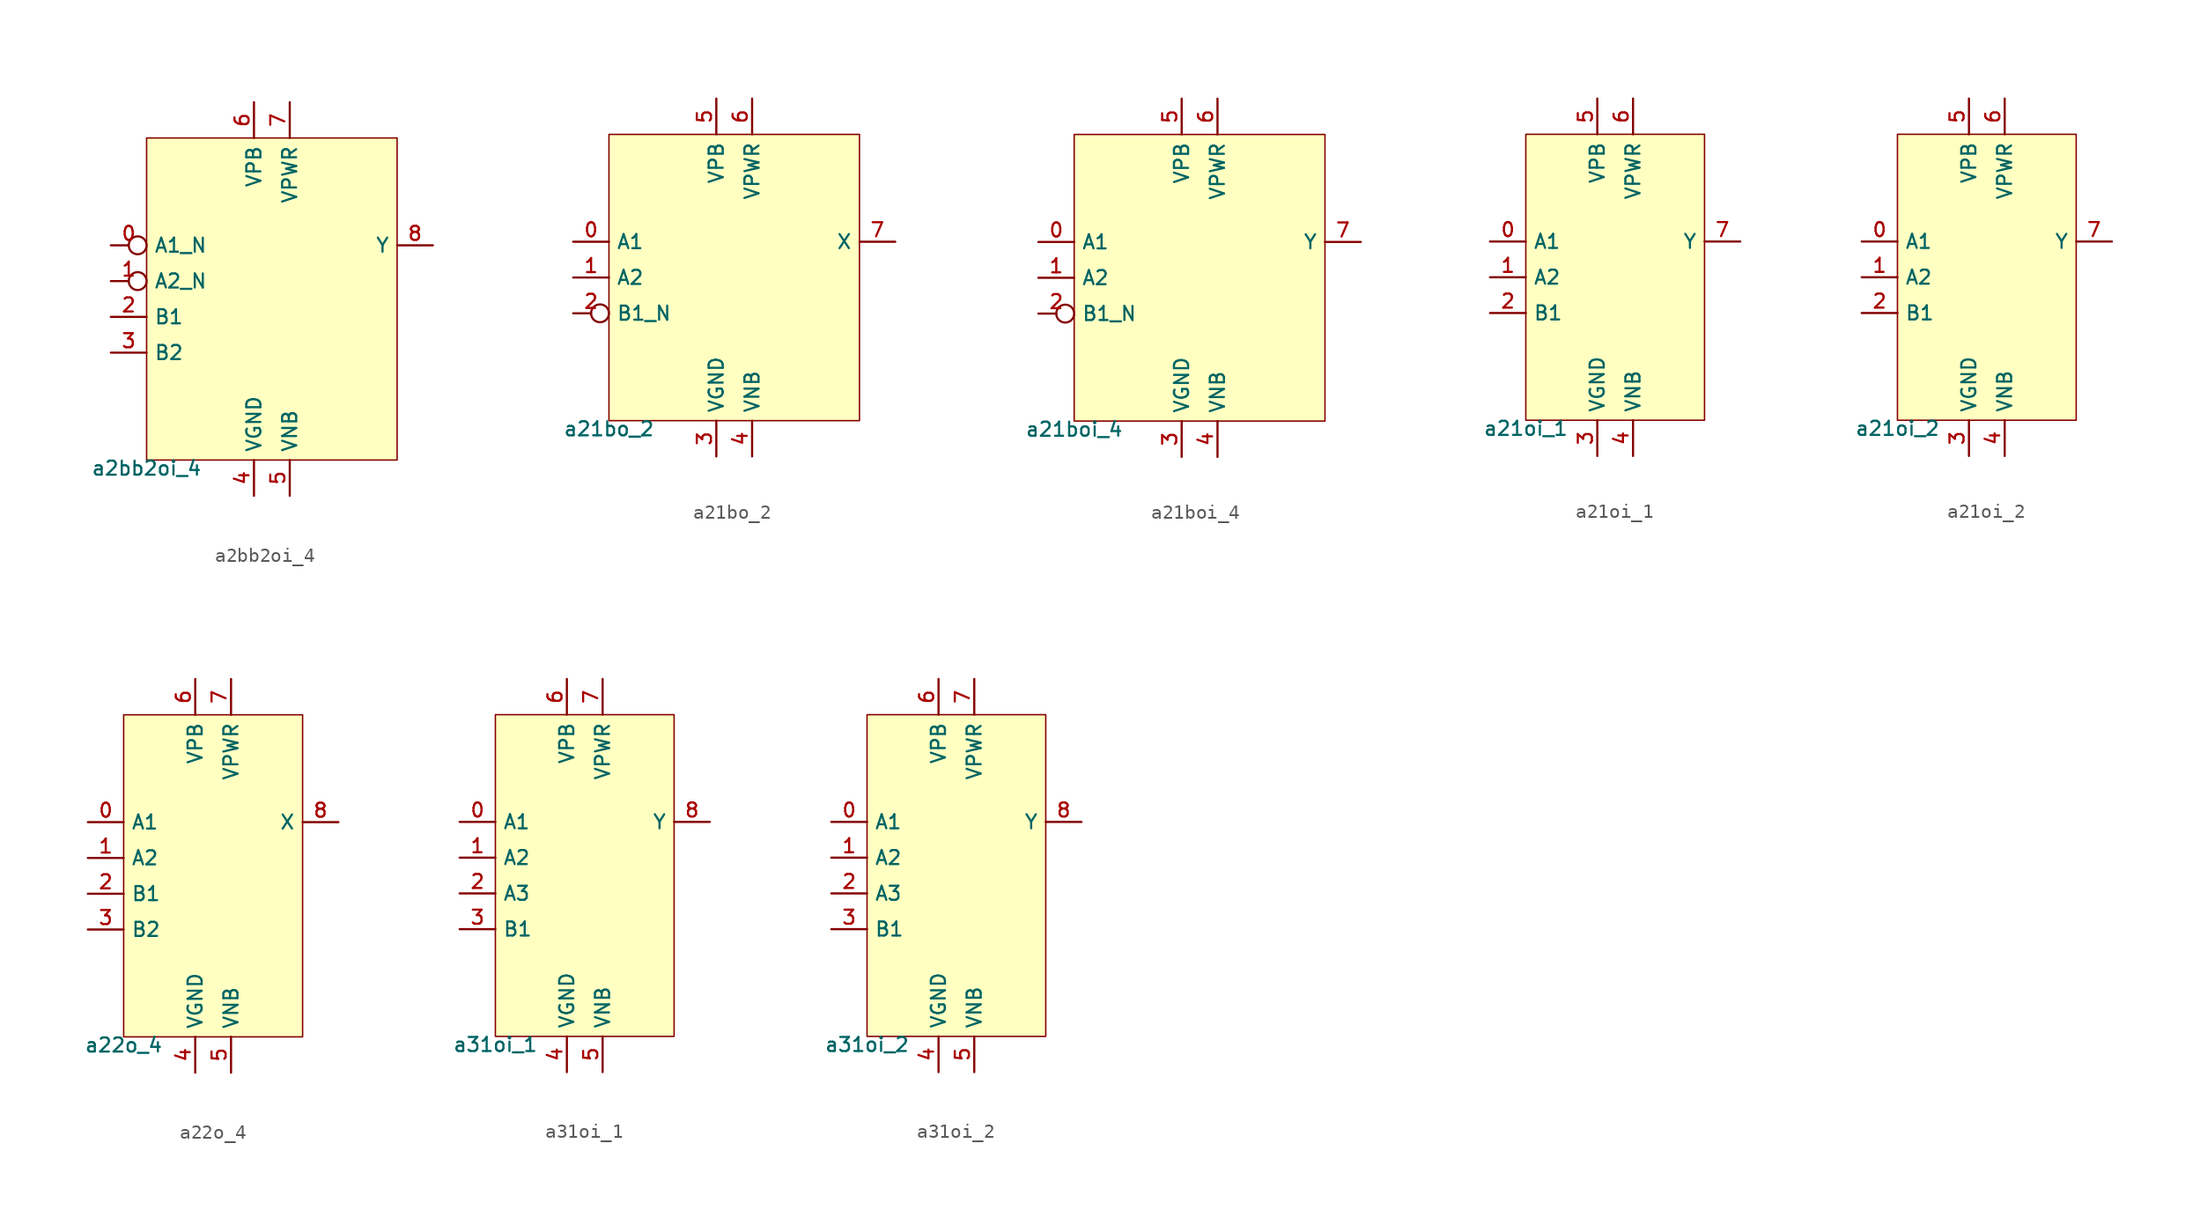
<source format=kicad_sym>
(kicad_symbol_lib
  (version 20211014)
  (generator lef2kicad_sym)
  (symbol "a2bb2oi_4"
    (property "Reference" "CELL"
      (at 0 0 0)
      (effects (font (size 1 1)) hide))
    (property "Value" "a2bb2oi_4"
      (at -8.89 -11.43 0)
      (effects (font (size 1 1)) (justify top)))
    (rectangle
      (start -8.89 -11.43)
      (end 8.89 11.43)
      (stroke (width 0.1) (type solid) (color 0 0 0 0))
      (fill (type background)))
    (pin input inverted
      (at -11.43 3.81 0)
      (length 2.54)
      (name "A1_N" (effects (font (size 1 1)) hide))
      (number "0" (effects (font (size 1 1)) hide)))
    (pin input inverted
      (at -11.43 1.27 0)
      (length 2.54)
      (name "A2_N" (effects (font (size 1 1)) hide))
      (number "1" (effects (font (size 1 1)) hide)))
    (pin input line
      (at -11.43 -1.27 0)
      (length 2.54)
      (name "B1" (effects (font (size 1 1)) hide))
      (number "2" (effects (font (size 1 1)) hide)))
    (pin input line
      (at -11.43 -3.81 0)
      (length 2.54)
      (name "B2" (effects (font (size 1 1)) hide))
      (number "3" (effects (font (size 1 1)) hide)))
    (pin power_in line
      (at -1.27 -13.97 90)
      (length 2.54)
      (name "VGND" (effects (font (size 1 1)) hide))
      (number "4" (effects (font (size 1 1)) hide)))
    (pin power_in line
      (at 1.27 -13.97 90)
      (length 2.54)
      (name "VNB" (effects (font (size 1 1)) hide))
      (number "5" (effects (font (size 1 1)) hide)))
    (pin power_in line
      (at -1.27 13.97 270)
      (length 2.54)
      (name "VPB" (effects (font (size 1 1)) hide))
      (number "6" (effects (font (size 1 1)) hide)))
    (pin power_in line
      (at 1.27 13.97 270)
      (length 2.54)
      (name "VPWR" (effects (font (size 1 1)) hide))
      (number "7" (effects (font (size 1 1)) hide)))
    (pin output line
      (at 11.43 3.81 180)
      (length 2.54)
      (name "Y" (effects (font (size 1 1)) hide))
      (number "8" (effects (font (size 1 1)) hide))))
  (symbol "a21bo_2"
    (property "Reference" "CELL"
      (at 0 0 0)
      (effects (font (size 1 1)) hide))
    (property "Value" "a21bo_2"
      (at -8.89 -10.16 0)
      (effects (font (size 1 1)) (justify top)))
    (rectangle
      (start -8.89 -10.16)
      (end 8.89 10.16)
      (stroke (width 0.1) (type solid) (color 0 0 0 0))
      (fill (type background)))
    (pin input line
      (at -11.43 2.54 0)
      (length 2.54)
      (name "A1" (effects (font (size 1 1)) hide))
      (number "0" (effects (font (size 1 1)) hide)))
    (pin input line
      (at -11.43 0.0 0)
      (length 2.54)
      (name "A2" (effects (font (size 1 1)) hide))
      (number "1" (effects (font (size 1 1)) hide)))
    (pin input inverted
      (at -11.43 -2.54 0)
      (length 2.54)
      (name "B1_N" (effects (font (size 1 1)) hide))
      (number "2" (effects (font (size 1 1)) hide)))
    (pin power_in line
      (at -1.27 -12.7 90)
      (length 2.54)
      (name "VGND" (effects (font (size 1 1)) hide))
      (number "3" (effects (font (size 1 1)) hide)))
    (pin power_in line
      (at 1.27 -12.7 90)
      (length 2.54)
      (name "VNB" (effects (font (size 1 1)) hide))
      (number "4" (effects (font (size 1 1)) hide)))
    (pin power_in line
      (at -1.27 12.7 270)
      (length 2.54)
      (name "VPB" (effects (font (size 1 1)) hide))
      (number "5" (effects (font (size 1 1)) hide)))
    (pin power_in line
      (at 1.27 12.7 270)
      (length 2.54)
      (name "VPWR" (effects (font (size 1 1)) hide))
      (number "6" (effects (font (size 1 1)) hide)))
    (pin output line
      (at 11.43 2.54 180)
      (length 2.54)
      (name "X" (effects (font (size 1 1)) hide))
      (number "7" (effects (font (size 1 1)) hide))))
  (symbol "a21boi_4"
    (property "Reference" "CELL"
      (at 0 0 0)
      (effects (font (size 1 1)) hide))
    (property "Value" "a21boi_4"
      (at -8.89 -10.16 0)
      (effects (font (size 1 1)) (justify top)))
    (rectangle
      (start -8.89 -10.16)
      (end 8.89 10.16)
      (stroke (width 0.1) (type solid) (color 0 0 0 0))
      (fill (type background)))
    (pin input line
      (at -11.43 2.54 0)
      (length 2.54)
      (name "A1" (effects (font (size 1 1)) hide))
      (number "0" (effects (font (size 1 1)) hide)))
    (pin input line
      (at -11.43 0.0 0)
      (length 2.54)
      (name "A2" (effects (font (size 1 1)) hide))
      (number "1" (effects (font (size 1 1)) hide)))
    (pin input inverted
      (at -11.43 -2.54 0)
      (length 2.54)
      (name "B1_N" (effects (font (size 1 1)) hide))
      (number "2" (effects (font (size 1 1)) hide)))
    (pin power_in line
      (at -1.27 -12.7 90)
      (length 2.54)
      (name "VGND" (effects (font (size 1 1)) hide))
      (number "3" (effects (font (size 1 1)) hide)))
    (pin power_in line
      (at 1.27 -12.7 90)
      (length 2.54)
      (name "VNB" (effects (font (size 1 1)) hide))
      (number "4" (effects (font (size 1 1)) hide)))
    (pin power_in line
      (at -1.27 12.7 270)
      (length 2.54)
      (name "VPB" (effects (font (size 1 1)) hide))
      (number "5" (effects (font (size 1 1)) hide)))
    (pin power_in line
      (at 1.27 12.7 270)
      (length 2.54)
      (name "VPWR" (effects (font (size 1 1)) hide))
      (number "6" (effects (font (size 1 1)) hide)))
    (pin output line
      (at 11.43 2.54 180)
      (length 2.54)
      (name "Y" (effects (font (size 1 1)) hide))
      (number "7" (effects (font (size 1 1)) hide))))
  (symbol "a21oi_1"
    (property "Reference" "CELL"
      (at 0 0 0)
      (effects (font (size 1 1)) hide))
    (property "Value" "a21oi_1"
      (at -6.35 -10.16 0)
      (effects (font (size 1 1)) (justify top)))
    (rectangle
      (start -6.35 -10.16)
      (end 6.35 10.16)
      (stroke (width 0.1) (type solid) (color 0 0 0 0))
      (fill (type background)))
    (pin input line
      (at -8.89 2.54 0)
      (length 2.54)
      (name "A1" (effects (font (size 1 1)) hide))
      (number "0" (effects (font (size 1 1)) hide)))
    (pin input line
      (at -8.89 0.0 0)
      (length 2.54)
      (name "A2" (effects (font (size 1 1)) hide))
      (number "1" (effects (font (size 1 1)) hide)))
    (pin input line
      (at -8.89 -2.54 0)
      (length 2.54)
      (name "B1" (effects (font (size 1 1)) hide))
      (number "2" (effects (font (size 1 1)) hide)))
    (pin power_in line
      (at -1.27 -12.7 90)
      (length 2.54)
      (name "VGND" (effects (font (size 1 1)) hide))
      (number "3" (effects (font (size 1 1)) hide)))
    (pin power_in line
      (at 1.27 -12.7 90)
      (length 2.54)
      (name "VNB" (effects (font (size 1 1)) hide))
      (number "4" (effects (font (size 1 1)) hide)))
    (pin power_in line
      (at -1.27 12.7 270)
      (length 2.54)
      (name "VPB" (effects (font (size 1 1)) hide))
      (number "5" (effects (font (size 1 1)) hide)))
    (pin power_in line
      (at 1.27 12.7 270)
      (length 2.54)
      (name "VPWR" (effects (font (size 1 1)) hide))
      (number "6" (effects (font (size 1 1)) hide)))
    (pin output line
      (at 8.89 2.54 180)
      (length 2.54)
      (name "Y" (effects (font (size 1 1)) hide))
      (number "7" (effects (font (size 1 1)) hide))))
  (symbol "a21oi_2"
    (property "Reference" "CELL"
      (at 0 0 0)
      (effects (font (size 1 1)) hide))
    (property "Value" "a21oi_2"
      (at -6.35 -10.16 0)
      (effects (font (size 1 1)) (justify top)))
    (rectangle
      (start -6.35 -10.16)
      (end 6.35 10.16)
      (stroke (width 0.1) (type solid) (color 0 0 0 0))
      (fill (type background)))
    (pin input line
      (at -8.89 2.54 0)
      (length 2.54)
      (name "A1" (effects (font (size 1 1)) hide))
      (number "0" (effects (font (size 1 1)) hide)))
    (pin input line
      (at -8.89 0.0 0)
      (length 2.54)
      (name "A2" (effects (font (size 1 1)) hide))
      (number "1" (effects (font (size 1 1)) hide)))
    (pin input line
      (at -8.89 -2.54 0)
      (length 2.54)
      (name "B1" (effects (font (size 1 1)) hide))
      (number "2" (effects (font (size 1 1)) hide)))
    (pin power_in line
      (at -1.27 -12.7 90)
      (length 2.54)
      (name "VGND" (effects (font (size 1 1)) hide))
      (number "3" (effects (font (size 1 1)) hide)))
    (pin power_in line
      (at 1.27 -12.7 90)
      (length 2.54)
      (name "VNB" (effects (font (size 1 1)) hide))
      (number "4" (effects (font (size 1 1)) hide)))
    (pin power_in line
      (at -1.27 12.7 270)
      (length 2.54)
      (name "VPB" (effects (font (size 1 1)) hide))
      (number "5" (effects (font (size 1 1)) hide)))
    (pin power_in line
      (at 1.27 12.7 270)
      (length 2.54)
      (name "VPWR" (effects (font (size 1 1)) hide))
      (number "6" (effects (font (size 1 1)) hide)))
    (pin output line
      (at 8.89 2.54 180)
      (length 2.54)
      (name "Y" (effects (font (size 1 1)) hide))
      (number "7" (effects (font (size 1 1)) hide))))
  (symbol "a22o_4"
    (property "Reference" "CELL"
      (at 0 0 0)
      (effects (font (size 1 1)) hide))
    (property "Value" "a22o_4"
      (at -6.35 -11.43 0)
      (effects (font (size 1 1)) (justify top)))
    (rectangle
      (start -6.35 -11.43)
      (end 6.35 11.43)
      (stroke (width 0.1) (type solid) (color 0 0 0 0))
      (fill (type background)))
    (pin input line
      (at -8.89 3.81 0)
      (length 2.54)
      (name "A1" (effects (font (size 1 1)) hide))
      (number "0" (effects (font (size 1 1)) hide)))
    (pin input line
      (at -8.89 1.27 0)
      (length 2.54)
      (name "A2" (effects (font (size 1 1)) hide))
      (number "1" (effects (font (size 1 1)) hide)))
    (pin input line
      (at -8.89 -1.27 0)
      (length 2.54)
      (name "B1" (effects (font (size 1 1)) hide))
      (number "2" (effects (font (size 1 1)) hide)))
    (pin input line
      (at -8.89 -3.81 0)
      (length 2.54)
      (name "B2" (effects (font (size 1 1)) hide))
      (number "3" (effects (font (size 1 1)) hide)))
    (pin power_in line
      (at -1.27 -13.97 90)
      (length 2.54)
      (name "VGND" (effects (font (size 1 1)) hide))
      (number "4" (effects (font (size 1 1)) hide)))
    (pin power_in line
      (at 1.27 -13.97 90)
      (length 2.54)
      (name "VNB" (effects (font (size 1 1)) hide))
      (number "5" (effects (font (size 1 1)) hide)))
    (pin power_in line
      (at -1.27 13.97 270)
      (length 2.54)
      (name "VPB" (effects (font (size 1 1)) hide))
      (number "6" (effects (font (size 1 1)) hide)))
    (pin power_in line
      (at 1.27 13.97 270)
      (length 2.54)
      (name "VPWR" (effects (font (size 1 1)) hide))
      (number "7" (effects (font (size 1 1)) hide)))
    (pin output line
      (at 8.89 3.81 180)
      (length 2.54)
      (name "X" (effects (font (size 1 1)) hide))
      (number "8" (effects (font (size 1 1)) hide))))
  (symbol "a31oi_1"
    (property "Reference" "CELL"
      (at 0 0 0)
      (effects (font (size 1 1)) hide))
    (property "Value" "a31oi_1"
      (at -6.35 -11.43 0)
      (effects (font (size 1 1)) (justify top)))
    (rectangle
      (start -6.35 -11.43)
      (end 6.35 11.43)
      (stroke (width 0.1) (type solid) (color 0 0 0 0))
      (fill (type background)))
    (pin input line
      (at -8.89 3.81 0)
      (length 2.54)
      (name "A1" (effects (font (size 1 1)) hide))
      (number "0" (effects (font (size 1 1)) hide)))
    (pin input line
      (at -8.89 1.27 0)
      (length 2.54)
      (name "A2" (effects (font (size 1 1)) hide))
      (number "1" (effects (font (size 1 1)) hide)))
    (pin input line
      (at -8.89 -1.27 0)
      (length 2.54)
      (name "A3" (effects (font (size 1 1)) hide))
      (number "2" (effects (font (size 1 1)) hide)))
    (pin input line
      (at -8.89 -3.81 0)
      (length 2.54)
      (name "B1" (effects (font (size 1 1)) hide))
      (number "3" (effects (font (size 1 1)) hide)))
    (pin power_in line
      (at -1.27 -13.97 90)
      (length 2.54)
      (name "VGND" (effects (font (size 1 1)) hide))
      (number "4" (effects (font (size 1 1)) hide)))
    (pin power_in line
      (at 1.27 -13.97 90)
      (length 2.54)
      (name "VNB" (effects (font (size 1 1)) hide))
      (number "5" (effects (font (size 1 1)) hide)))
    (pin power_in line
      (at -1.27 13.97 270)
      (length 2.54)
      (name "VPB" (effects (font (size 1 1)) hide))
      (number "6" (effects (font (size 1 1)) hide)))
    (pin power_in line
      (at 1.27 13.97 270)
      (length 2.54)
      (name "VPWR" (effects (font (size 1 1)) hide))
      (number "7" (effects (font (size 1 1)) hide)))
    (pin output line
      (at 8.89 3.81 180)
      (length 2.54)
      (name "Y" (effects (font (size 1 1)) hide))
      (number "8" (effects (font (size 1 1)) hide))))
  (symbol "a31oi_2"
    (property "Reference" "CELL"
      (at 0 0 0)
      (effects (font (size 1 1)) hide))
    (property "Value" "a31oi_2"
      (at -6.35 -11.43 0)
      (effects (font (size 1 1)) (justify top)))
    (rectangle
      (start -6.35 -11.43)
      (end 6.35 11.43)
      (stroke (width 0.1) (type solid) (color 0 0 0 0))
      (fill (type background)))
    (pin input line
      (at -8.89 3.81 0)
      (length 2.54)
      (name "A1" (effects (font (size 1 1)) hide))
      (number "0" (effects (font (size 1 1)) hide)))
    (pin input line
      (at -8.89 1.27 0)
      (length 2.54)
      (name "A2" (effects (font (size 1 1)) hide))
      (number "1" (effects (font (size 1 1)) hide)))
    (pin input line
      (at -8.89 -1.27 0)
      (length 2.54)
      (name "A3" (effects (font (size 1 1)) hide))
      (number "2" (effects (font (size 1 1)) hide)))
    (pin input line
      (at -8.89 -3.81 0)
      (length 2.54)
      (name "B1" (effects (font (size 1 1)) hide))
      (number "3" (effects (font (size 1 1)) hide)))
    (pin power_in line
      (at -1.27 -13.97 90)
      (length 2.54)
      (name "VGND" (effects (font (size 1 1)) hide))
      (number "4" (effects (font (size 1 1)) hide)))
    (pin power_in line
      (at 1.27 -13.97 90)
      (length 2.54)
      (name "VNB" (effects (font (size 1 1)) hide))
      (number "5" (effects (font (size 1 1)) hide)))
    (pin power_in line
      (at -1.27 13.97 270)
      (length 2.54)
      (name "VPB" (effects (font (size 1 1)) hide))
      (number "6" (effects (font (size 1 1)) hide)))
    (pin power_in line
      (at 1.27 13.97 270)
      (length 2.54)
      (name "VPWR" (effects (font (size 1 1)) hide))
      (number "7" (effects (font (size 1 1)) hide)))
    (pin output line
      (at 8.89 3.81 180)
      (length 2.54)
      (name "Y" (effects (font (size 1 1)) hide))
      (number "8" (effects (font (size 1 1)) hide)))))
</source>
